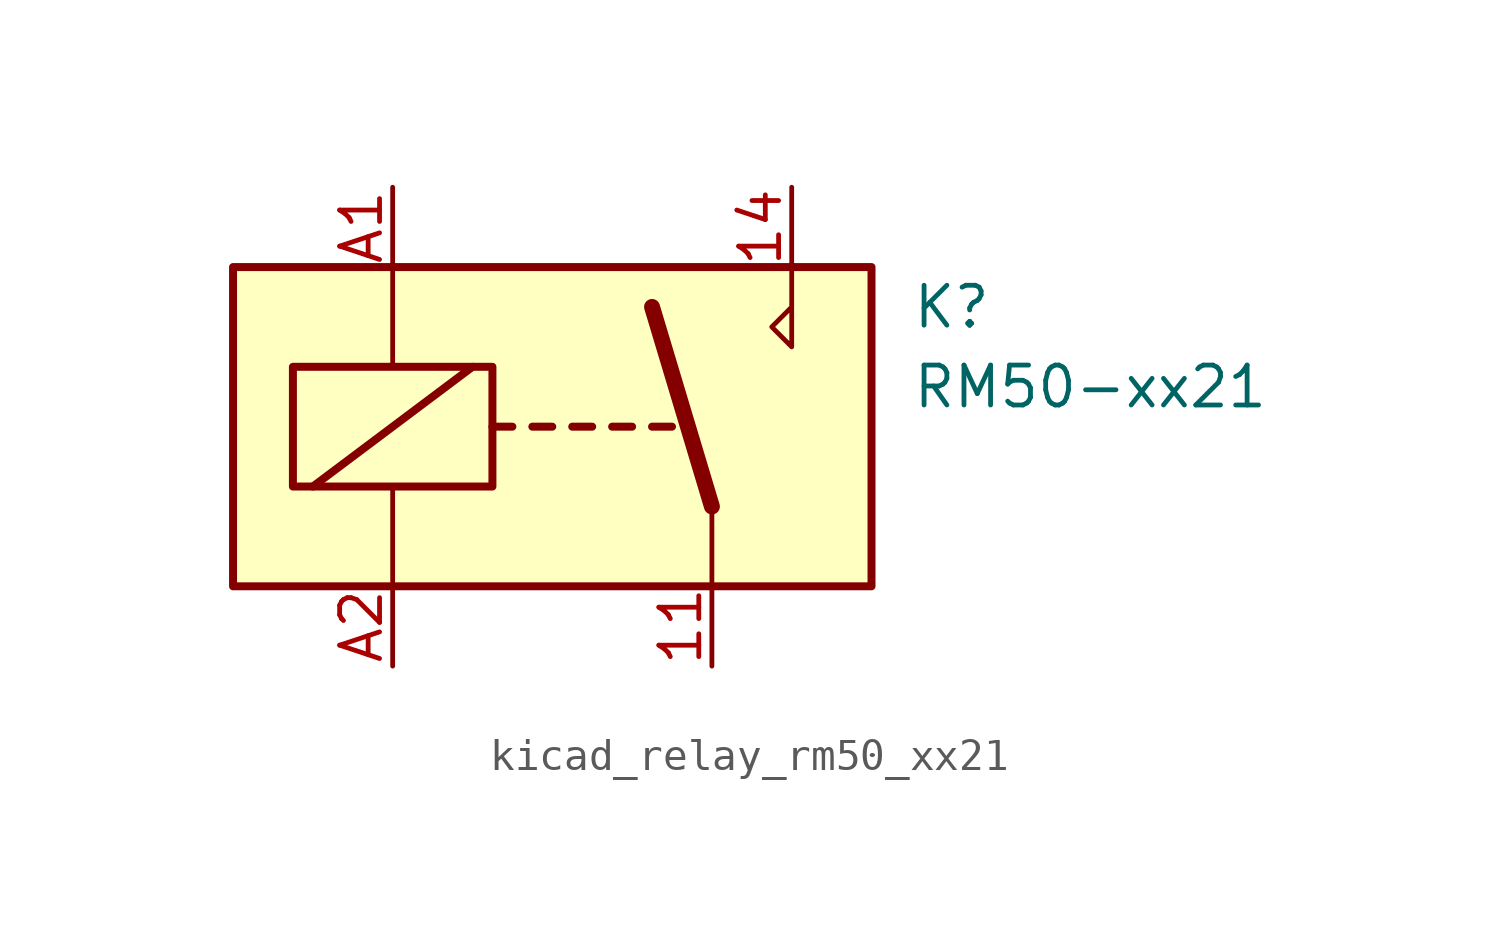
<source format=kicad_sym>
(kicad_symbol_lib
  (version 20220914)
  (generator kicad_symbol_editor)
  (symbol "kicad_relay_rm50_xx21"
    (property "Reference" "K"
      (at 11.43 3.81 0)
      (effects (font (size 1.27 1.27)) (justify left)))
    (property "Value" "RM50-xx21"
      (at 11.43 1.27 0)
      (effects (font (size 1.27 1.27)) (justify left)))
    (symbol "kicad_relay_rm50_xx21_0_1"
      (rectangle (start -10.16 5.08) (end 10.16 -5.08) (stroke (width 0.254) (type default)) (fill (type background)))
      (rectangle (start -8.255 1.905) (end -1.905 -1.905) (stroke (width 0.254) (type default)) (fill (type none)))
      (polyline (pts (xy -7.62 -1.905) (xy -2.54 1.905)) (stroke (width 0.254) (type default)) (fill (type none)))
      (polyline (pts (xy -5.08 -5.08) (xy -5.08 -1.905)) (stroke (width 0) (type default)) (fill (type none)))
      (polyline (pts (xy -5.08 5.08) (xy -5.08 1.905)) (stroke (width 0) (type default)) (fill (type none)))
      (polyline (pts (xy -1.905 0) (xy -1.27 0)) (stroke (width 0.254) (type default)) (fill (type none)))
      (polyline (pts (xy -0.635 0) (xy 0 0)) (stroke (width 0.254) (type default)) (fill (type none)))
      (polyline (pts (xy 0.635 0) (xy 1.27 0)) (stroke (width 0.254) (type default)) (fill (type none)))
      (polyline (pts (xy 1.905 0) (xy 2.54 0)) (stroke (width 0.254) (type default)) (fill (type none)))
      (polyline (pts (xy 3.175 0) (xy 3.81 0)) (stroke (width 0.254) (type default)) (fill (type none)))
      (polyline (pts (xy 5.08 -2.54) (xy 3.175 3.81)) (stroke (width 0.508) (type default)) (fill (type none)))
      (polyline (pts (xy 5.08 -2.54) (xy 5.08 -5.08)) (stroke (width 0) (type default)) (fill (type none)))
      (polyline (pts (xy 7.62 5.08) (xy 7.62 2.54) (xy 6.985 3.175) (xy 7.62 3.81)) (stroke (width 0) (type default)) (fill (type none))))
    (symbol "kicad_relay_rm50_xx21_1_1"
      (pin passive line (at 5.08 -7.62 90) (length 2.54) (name "~" (effects (font (size 1.27 1.27)))) (number "11" (effects (font (size 1.27 1.27)))))
      (pin passive line (at 7.62 7.62 270) (length 2.54) (name "~" (effects (font (size 1.27 1.27)))) (number "14" (effects (font (size 1.27 1.27)))))
      (pin passive line (at -5.08 7.62 270) (length 2.54) (name "~" (effects (font (size 1.27 1.27)))) (number "A1" (effects (font (size 1.27 1.27)))))
      (pin passive line (at -5.08 -7.62 90) (length 2.54) (name "~" (effects (font (size 1.27 1.27)))) (number "A2" (effects (font (size 1.27 1.27))))))))
</source>
